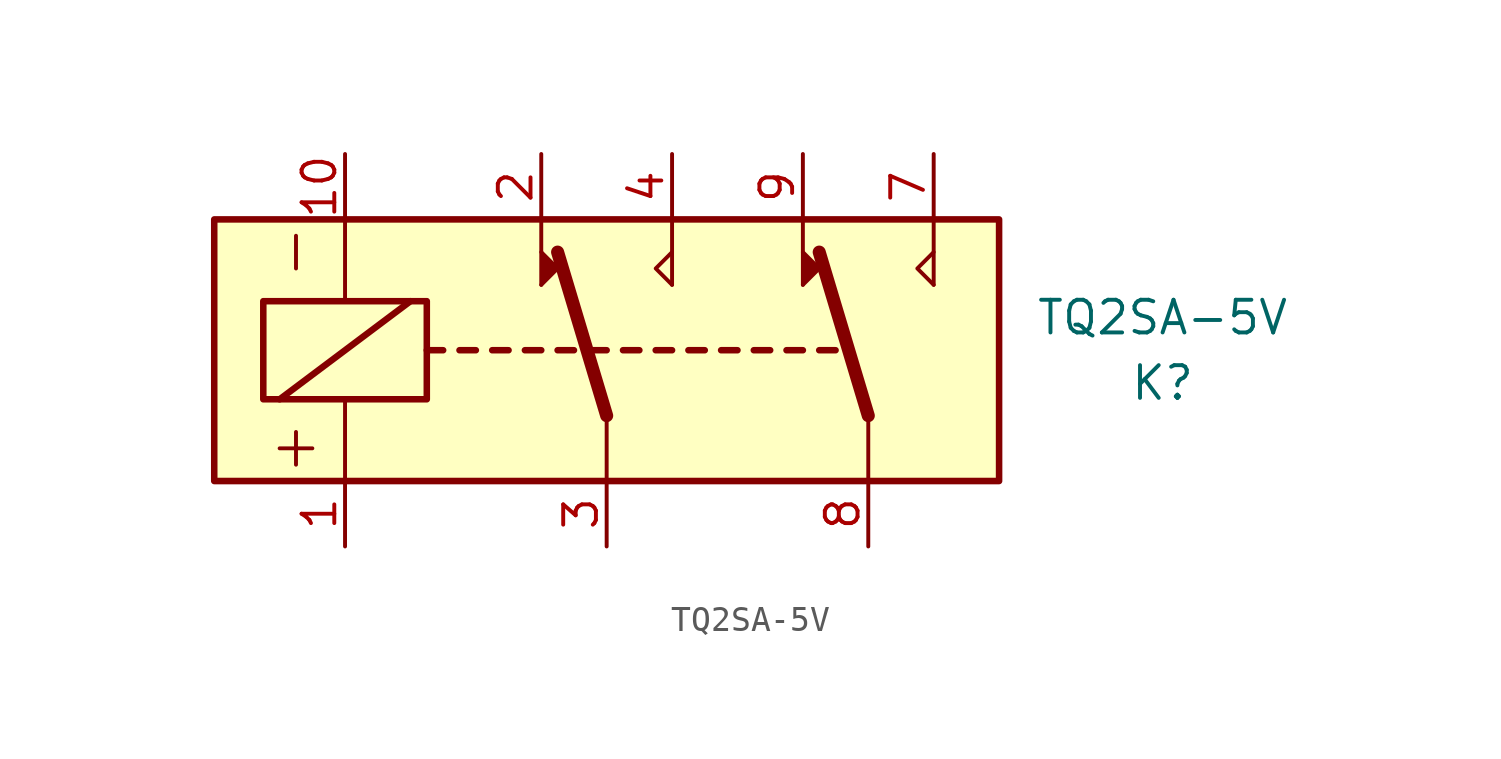
<source format=kicad_sym>
(kicad_symbol_lib
  (version 20220914)
  (generator kicad_symbol_editor)
  (symbol "TQ2SA-5V"
    (pin_names
      (offset 1.016))
    (property "Reference" "K"
      (at 21.59 -1.27 0)
      (effects (font (size 1.27 1.27))))
    (property "Value" "TQ2SA-5V"
      (at 21.59 1.27 0)
      (effects (font (size 1.27 1.27))))
    (symbol "TQ2SA-5V_0_1"
      (polyline (pts (xy -12.7 -3.81) (xy -11.43 -3.81)) (stroke (width 0) (type solid)) (fill (type none)))
      (polyline (pts (xy -12.065 -3.175) (xy -12.065 -4.445)) (stroke (width 0) (type solid)) (fill (type none)))
      (polyline (pts (xy -12.065 4.445) (xy -12.065 3.175)) (stroke (width 0) (type solid)) (fill (type none))))
    (symbol "TQ2SA-5V_1_1"
      (rectangle (start -15.24 5.08) (end 15.24 -5.08) (stroke (width 0.254) (type solid)) (fill (type background)))
      (rectangle (start -13.335 1.905) (end -6.985 -1.905) (stroke (width 0.254) (type solid)) (fill (type none)))
      (polyline (pts (xy -12.7 -1.905) (xy -7.62 1.905)) (stroke (width 0.254) (type solid)) (fill (type none)))
      (polyline (pts (xy -10.16 -5.08) (xy -10.16 -1.905)) (stroke (width 0) (type solid)) (fill (type none)))
      (polyline (pts (xy -10.16 5.08) (xy -10.16 1.905)) (stroke (width 0) (type solid)) (fill (type none)))
      (polyline (pts (xy -6.985 0) (xy -6.35 0)) (stroke (width 0.254) (type solid)) (fill (type none)))
      (polyline (pts (xy -5.715 0) (xy -5.08 0)) (stroke (width 0.254) (type solid)) (fill (type none)))
      (polyline (pts (xy -4.445 0) (xy -3.81 0)) (stroke (width 0.254) (type solid)) (fill (type none)))
      (polyline (pts (xy -3.175 0) (xy -2.54 0)) (stroke (width 0.254) (type solid)) (fill (type none)))
      (polyline (pts (xy -2.54 2.54) (xy -2.54 5.08)) (stroke (width 0) (type solid)) (fill (type none)))
      (polyline (pts (xy -1.905 0) (xy -1.27 0)) (stroke (width 0.254) (type solid)) (fill (type none)))
      (polyline (pts (xy -0.635 0) (xy 0 0)) (stroke (width 0.254) (type solid)) (fill (type none)))
      (polyline (pts (xy 0 -2.54) (xy -1.905 3.81)) (stroke (width 0.508) (type solid)) (fill (type none)))
      (polyline (pts (xy 0 -2.54) (xy 0 -5.08)) (stroke (width 0) (type solid)) (fill (type none)))
      (polyline (pts (xy 0.635 0) (xy 1.27 0)) (stroke (width 0.254) (type solid)) (fill (type none)))
      (polyline (pts (xy 1.905 0) (xy 2.54 0)) (stroke (width 0.254) (type solid)) (fill (type none)))
      (polyline (pts (xy 2.54 2.54) (xy 2.54 5.08)) (stroke (width 0) (type solid)) (fill (type none)))
      (polyline (pts (xy 3.175 0) (xy 3.81 0)) (stroke (width 0.254) (type solid)) (fill (type none)))
      (polyline (pts (xy 4.445 0) (xy 5.08 0)) (stroke (width 0.254) (type solid)) (fill (type none)))
      (polyline (pts (xy 5.715 0) (xy 6.35 0)) (stroke (width 0.254) (type solid)) (fill (type none)))
      (polyline (pts (xy 6.985 0) (xy 7.62 0)) (stroke (width 0.254) (type solid)) (fill (type none)))
      (polyline (pts (xy 7.62 2.54) (xy 7.62 5.08)) (stroke (width 0) (type solid)) (fill (type none)))
      (polyline (pts (xy 8.255 0) (xy 8.89 0)) (stroke (width 0.254) (type solid)) (fill (type none)))
      (polyline (pts (xy 10.16 -2.54) (xy 8.255 3.81)) (stroke (width 0.508) (type solid)) (fill (type none)))
      (polyline (pts (xy 10.16 -2.54) (xy 10.16 -5.08)) (stroke (width 0) (type solid)) (fill (type none)))
      (polyline (pts (xy 12.7 2.54) (xy 12.7 5.08)) (stroke (width 0) (type solid)) (fill (type none)))
      (polyline (pts (xy -2.54 2.54) (xy -1.905 3.175) (xy -2.54 3.81)) (stroke (width 0) (type solid)) (fill (type outline)))
      (polyline (pts (xy 2.54 2.54) (xy 1.905 3.175) (xy 2.54 3.81)) (stroke (width 0) (type solid)) (fill (type none)))
      (polyline (pts (xy 7.62 2.54) (xy 8.255 3.175) (xy 7.62 3.81)) (stroke (width 0) (type solid)) (fill (type outline)))
      (polyline (pts (xy 12.7 2.54) (xy 12.065 3.175) (xy 12.7 3.81)) (stroke (width 0) (type solid)) (fill (type none)))
      (pin passive line (at -10.16 -7.62 90) (length 2.54) (name "~" (effects (font (size 1.27 1.27)))) (number "1" (effects (font (size 1.27 1.27)))))
      (pin passive line (at -10.16 7.62 270) (length 2.54) (name "~" (effects (font (size 1.27 1.27)))) (number "10" (effects (font (size 1.27 1.27)))))
      (pin passive line (at -2.54 7.62 270) (length 2.54) (name "~" (effects (font (size 1.27 1.27)))) (number "2" (effects (font (size 1.27 1.27)))))
      (pin passive line (at 0 -7.62 90) (length 2.54) (name "~" (effects (font (size 1.27 1.27)))) (number "3" (effects (font (size 1.27 1.27)))))
      (pin passive line (at 2.54 7.62 270) (length 2.54) (name "~" (effects (font (size 1.27 1.27)))) (number "4" (effects (font (size 1.27 1.27)))))
      (pin no_connect non_logic (at -5.08 -5.08 270) (length 0) hide (name "~" (effects (font (size 1.27 1.27)))) (number "5" (effects (font (size 1.27 1.27)))))
      (pin no_connect non_logic (at 5.08 -5.08 270) (length 0) hide (name "~" (effects (font (size 1.27 1.27)))) (number "6" (effects (font (size 1.27 1.27)))))
      (pin passive line (at 12.7 7.62 270) (length 2.54) (name "~" (effects (font (size 1.27 1.27)))) (number "7" (effects (font (size 1.27 1.27)))))
      (pin passive line (at 10.16 -7.62 90) (length 2.54) (name "~" (effects (font (size 1.27 1.27)))) (number "8" (effects (font (size 1.27 1.27)))))
      (pin passive line (at 7.62 7.62 270) (length 2.54) (name "~" (effects (font (size 1.27 1.27)))) (number "9" (effects (font (size 1.27 1.27))))))))
</source>
